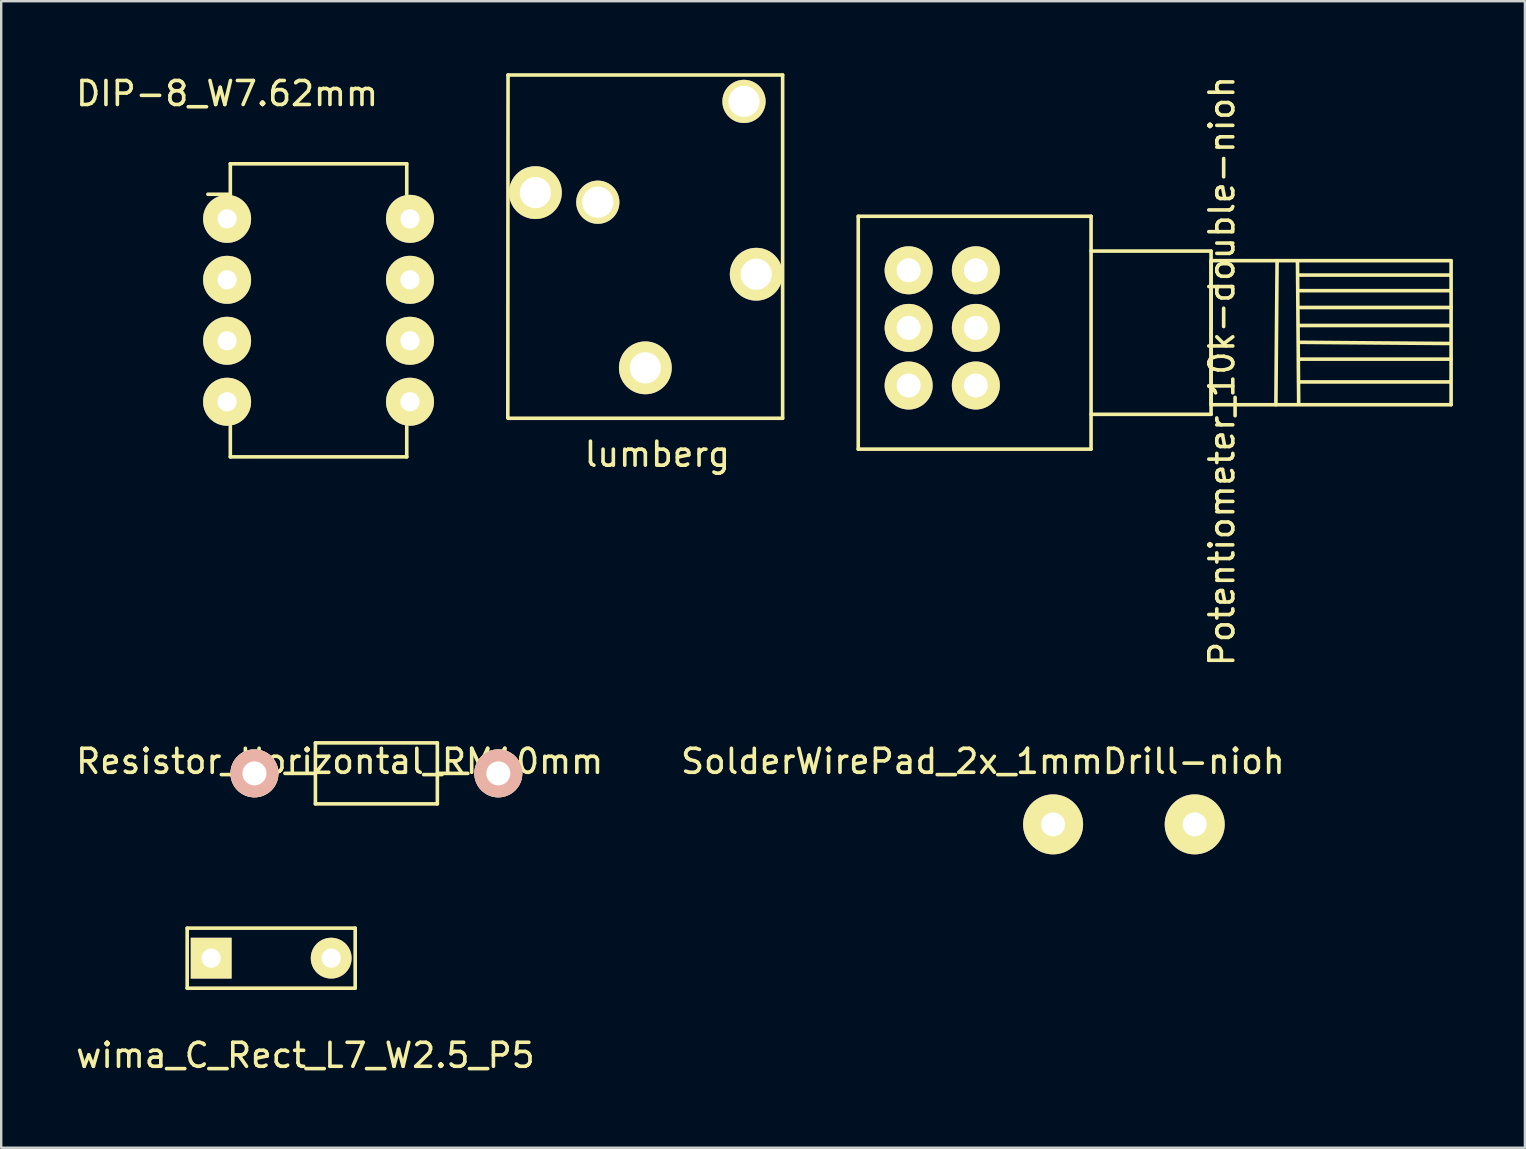
<source format=kicad_pcb>
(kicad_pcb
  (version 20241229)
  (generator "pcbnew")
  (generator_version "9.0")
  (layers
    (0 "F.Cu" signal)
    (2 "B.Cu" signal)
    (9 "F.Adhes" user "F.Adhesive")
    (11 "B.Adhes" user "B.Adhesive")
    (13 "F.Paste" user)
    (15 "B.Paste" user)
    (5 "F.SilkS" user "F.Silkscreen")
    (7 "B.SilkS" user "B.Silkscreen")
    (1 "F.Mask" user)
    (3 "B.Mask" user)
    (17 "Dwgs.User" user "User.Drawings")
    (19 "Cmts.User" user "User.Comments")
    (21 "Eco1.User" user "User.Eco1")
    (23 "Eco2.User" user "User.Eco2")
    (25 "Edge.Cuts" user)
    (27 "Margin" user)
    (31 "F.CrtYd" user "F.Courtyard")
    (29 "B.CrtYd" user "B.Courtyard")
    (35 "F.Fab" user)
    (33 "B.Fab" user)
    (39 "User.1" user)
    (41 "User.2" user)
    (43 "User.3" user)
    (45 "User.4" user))
  (footprint "DIP-8_W7.62mm"
    (layer "F.Cu")
    (at 6.411 6.068)
    (property "Reference" "DIP-8_W7.62mm" (at 0 -5.22 0) (layer "F.SilkS") (effects (font (size 1 1) (thickness 0.15))))
    (attr through_hole)
    (fp_line (start 0.135 -2.295) (end 0.135 -1.025) (stroke (width 0.15) (type solid)) (layer "F.SilkS"))
    (fp_line (start 0.135 -2.295) (end 7.485 -2.295) (stroke (width 0.15) (type solid)) (layer "F.SilkS"))
    (fp_line (start 0.135 -1.025) (end -0.8 -1.025) (stroke (width 0.15) (type solid)) (layer "F.SilkS"))
    (fp_line (start 0.135 9.915) (end 0.135 8.645) (stroke (width 0.15) (type solid)) (layer "F.SilkS"))
    (fp_line (start 0.135 9.915) (end 7.485 9.915) (stroke (width 0.15) (type solid)) (layer "F.SilkS"))
    (fp_line (start 7.485 -2.295) (end 7.485 -1.025) (stroke (width 0.15) (type solid)) (layer "F.SilkS"))
    (fp_line (start 7.485 9.915) (end 7.485 8.645) (stroke (width 0.15) (type solid)) (layer "F.SilkS"))
    (pad "1" thru_hole oval (at 0 0) (size 2 2) (drill 0.8) (layers "*.Cu" "*.Mask" "F.SilkS"))
    (pad "2" thru_hole oval (at 0 2.54) (size 2 2) (drill 0.8) (layers "*.Cu" "*.Mask" "F.SilkS"))
    (pad "3" thru_hole oval (at 0 5.08) (size 2 2) (drill 0.8) (layers "*.Cu" "*.Mask" "F.SilkS"))
    (pad "4" thru_hole oval (at 0 7.62) (size 2 2) (drill 0.8) (layers "*.Cu" "*.Mask" "F.SilkS"))
    (pad "5" thru_hole oval (at 7.62 7.62) (size 2 2) (drill 0.8) (layers "*.Cu" "*.Mask" "F.SilkS"))
    (pad "6" thru_hole oval (at 7.62 5.08) (size 2 2) (drill 0.8) (layers "*.Cu" "*.Mask" "F.SilkS"))
    (pad "7" thru_hole oval (at 7.62 2.54) (size 2 2) (drill 0.8) (layers "*.Cu" "*.Mask" "F.SilkS"))
    (pad "8" thru_hole oval (at 7.62 0) (size 2 2) (drill 0.8) (layers "*.Cu" "*.Mask" "F.SilkS")))
  (footprint "lumberg"
    (layer "F.Cu")
    (at 23.836 14.375)
    (property "Reference" "lumberg" (at 0.5 1.5 0) (layer "F.SilkS") (effects (font (size 1 1) (thickness 0.15))))
    (attr through_hole)
    (fp_line (start -5.72 -14.3) (end -5.73 -0.02) (stroke (width 0.15) (type solid)) (layer "F.SilkS"))
    (fp_line (start -5.72 0) (end 5.72 0) (stroke (width 0.15) (type solid)) (layer "F.SilkS"))
    (fp_line (start 5.72 -14.3) (end -5.72 -14.3) (stroke (width 0.15) (type solid)) (layer "F.SilkS"))
    (fp_line (start 5.72 0) (end 5.72 -14.3) (stroke (width 0.15) (type solid)) (layer "F.SilkS"))
    (pad "1" thru_hole circle (at 0 -2.1) (size 2.2 2.2) (drill 1.3) (layers "*.Cu" "*.Mask" "F.SilkS"))
    (pad "2" thru_hole circle (at 4.62 -6) (size 2.2 2.2) (drill 1.3) (layers "*.Cu" "*.Mask" "F.SilkS"))
    (pad "3" thru_hole circle (at -4.58 -9.4) (size 2.2 2.2) (drill 1.3) (layers "*.Cu" "*.Mask" "F.SilkS"))
    (pad "4" thru_hole circle (at -1.98 -9) (size 1.8 1.8) (drill 1.3) (layers "*.Cu" "*.Mask" "F.SilkS"))
    (pad "5" thru_hole circle (at 4.11 -13.2) (size 1.8 1.8) (drill 1.3) (layers "*.Cu" "*.Mask" "F.SilkS")))
  (footprint "Potentiometer_10k-double-nioh"
    (layer "F.Cu")
    (at 42.106 8.661)
    (property "Reference" "Potentiometer_10k-double-nioh" (at 5.75 3.75 90) (layer "F.SilkS") (effects (font (size 1 1) (thickness 0.15))))
    (attr through_hole)
    (fp_line (start -9.4 -2.7) (end -9.4 7) (stroke (width 0.15) (type solid)) (layer "F.SilkS"))
    (fp_line (start -9.4 7) (end 0.3 7) (stroke (width 0.15) (type solid)) (layer "F.SilkS"))
    (fp_line (start 0.3 -2.7) (end -9.4 -2.7) (stroke (width 0.15) (type solid)) (layer "F.SilkS"))
    (fp_line (start 0.3 -1.25) (end 5.3 -1.25) (stroke (width 0.15) (type solid)) (layer "F.SilkS"))
    (fp_line (start 0.3 5.55) (end 5.3 5.55) (stroke (width 0.15) (type solid)) (layer "F.SilkS"))
    (fp_line (start 0.3 7) (end 0.3 -2.7) (stroke (width 0.15) (type solid)) (layer "F.SilkS"))
    (fp_line (start 5.3 -0.85) (end 5.3 5.15) (stroke (width 0.15) (type solid)) (layer "F.SilkS"))
    (fp_line (start 5.3 5.15) (end 15.3 5.15) (stroke (width 0.15) (type solid)) (layer "F.SilkS"))
    (fp_line (start 5.3 5.55) (end 5.3 -1.25) (stroke (width 0.15) (type solid)) (layer "F.SilkS"))
    (fp_line (start 8.05 -0.85) (end 8 5.15) (stroke (width 0.15) (type solid)) (layer "F.SilkS"))
    (fp_line (start 8.95 -0.25) (end 15.25 -0.25) (stroke (width 0.15) (type solid)) (layer "F.SilkS"))
    (fp_line (start 8.95 1.85) (end 15.25 1.85) (stroke (width 0.15) (type solid)) (layer "F.SilkS"))
    (fp_line (start 8.95 2.55) (end 15.25 2.6) (stroke (width 0.15) (type solid)) (layer "F.SilkS"))
    (fp_line (start 8.95 3.25) (end 15.3 3.25) (stroke (width 0.15) (type solid)) (layer "F.SilkS"))
    (fp_line (start 8.95 4.2) (end 15.25 4.2) (stroke (width 0.15) (type solid)) (layer "F.SilkS"))
    (fp_line (start 8.95 5.1) (end 8.9 -0.8) (stroke (width 0.15) (type solid)) (layer "F.SilkS"))
    (fp_line (start 9 0.4) (end 15.25 0.4) (stroke (width 0.15) (type solid)) (layer "F.SilkS"))
    (fp_line (start 9 1.1) (end 15.3 1.1) (stroke (width 0.15) (type solid)) (layer "F.SilkS"))
    (fp_line (start 15.3 -0.85) (end 5.3 -0.85) (stroke (width 0.15) (type solid)) (layer "F.SilkS"))
    (fp_line (start 15.3 5.15) (end 15.3 -0.85) (stroke (width 0.15) (type solid)) (layer "F.SilkS"))
    (pad "1" thru_hole circle (at -4.5 4.35) (size 2 2) (drill 1) (layers "*.Cu" "*.Mask" "F.SilkS"))
    (pad "2" thru_hole circle (at -4.5 1.95) (size 2 2) (drill 1) (layers "*.Cu" "*.Mask" "F.SilkS"))
    (pad "3" thru_hole circle (at -4.5 -0.45) (size 2 2) (drill 1) (layers "*.Cu" "*.Mask" "F.SilkS"))
    (pad "4" thru_hole circle (at -7.3 4.35) (size 2 2) (drill 1) (layers "*.Cu" "*.Mask" "F.SilkS"))
    (pad "5" thru_hole circle (at -7.3 1.95) (size 2 2) (drill 1) (layers "*.Cu" "*.Mask" "F.SilkS"))
    (pad "6" thru_hole circle (at -7.3 -0.45) (size 2 2) (drill 1) (layers "*.Cu" "*.Mask" "F.SilkS")))
  (footprint "SolderWirePad_2x_1mmDrill-nioh"
    (layer "F.Cu")
    (at 43.774 31.295)
    (property "Reference" "SolderWirePad_2x_1mmDrill-nioh" (at -5.875 -2.625 0) (layer "F.SilkS") (effects (font (size 1 1) (thickness 0.15))))
    (attr through_hole)
    (pad "1" thru_hole circle (at -2.95 0) (size 2.499 2.499) (drill 1.001) (layers "*.Cu" "*.Mask" "F.SilkS"))
    (pad "2" thru_hole circle (at 2.95 0) (size 2.499 2.499) (drill 1.001) (layers "*.Cu" "*.Mask" "F.SilkS")))
  (footprint "Resistor_Horizontal_RM10mm"
    (layer "F.Cu")
    (at 7.551 29.17)
    (property "Reference" "Resistor_Horizontal_RM10mm" (at 3.55 -0.5 0) (layer "F.SilkS") (effects (font (size 1 1) (thickness 0.15))))
    (attr through_hole)
    (fp_line (start 2.54 -1.27) (end 7.62 -1.27) (stroke (width 0.15) (type solid)) (layer "F.SilkS"))
    (fp_line (start 2.54 0) (end 1.27 0) (stroke (width 0.15) (type solid)) (layer "F.SilkS"))
    (fp_line (start 2.54 1.27) (end 2.54 -1.27) (stroke (width 0.15) (type solid)) (layer "F.SilkS"))
    (fp_line (start 7.62 -1.27) (end 7.62 1.27) (stroke (width 0.15) (type solid)) (layer "F.SilkS"))
    (fp_line (start 7.62 0) (end 8.89 0) (stroke (width 0.15) (type solid)) (layer "F.SilkS"))
    (fp_line (start 7.62 1.27) (end 2.54 1.27) (stroke (width 0.15) (type solid)) (layer "F.SilkS"))
    (pad "1" thru_hole circle (at 0 0) (size 1.999 1.999) (drill 1.001) (layers "*.Cu" "*.SilkS" "*.Mask"))
    (pad "2" thru_hole circle (at 10.16 0) (size 1.999 1.999) (drill 1.001) (layers "*.Cu" "*.SilkS" "*.Mask")))
  (footprint "wima_C_Rect_L7_W2.5_P5"
    (layer "F.Cu")
    (at 5.748 36.869)
    (property "Reference" "wima_C_Rect_L7_W2.5_P5" (at 3.925 4.05 0) (layer "F.SilkS") (effects (font (size 1 1) (thickness 0.15))))
    (attr through_hole)
    (fp_line (start -1 -1.25) (end 6 -1.25) (stroke (width 0.15) (type solid)) (layer "F.SilkS"))
    (fp_line (start -1 1.25) (end -1 -1.25) (stroke (width 0.15) (type solid)) (layer "F.SilkS"))
    (fp_line (start 6 -1.25) (end 6 1.25) (stroke (width 0.15) (type solid)) (layer "F.SilkS"))
    (fp_line (start 6 1.25) (end -1 1.25) (stroke (width 0.15) (type solid)) (layer "F.SilkS"))
    (pad "1" thru_hole rect (at 0 0) (size 1.7 1.7) (drill 0.8) (layers "*.Cu" "*.Mask" "F.SilkS"))
    (pad "2" thru_hole circle (at 5 0) (size 1.7 1.7) (drill 0.8) (layers "*.Cu" "*.Mask" "F.SilkS")))
  (gr_rect
    (start -3 -3)
    (end 60.481 44.768)
    (stroke (width 0.1) (type default))
    (fill no)
    (layer "Edge.Cuts")))
</source>
